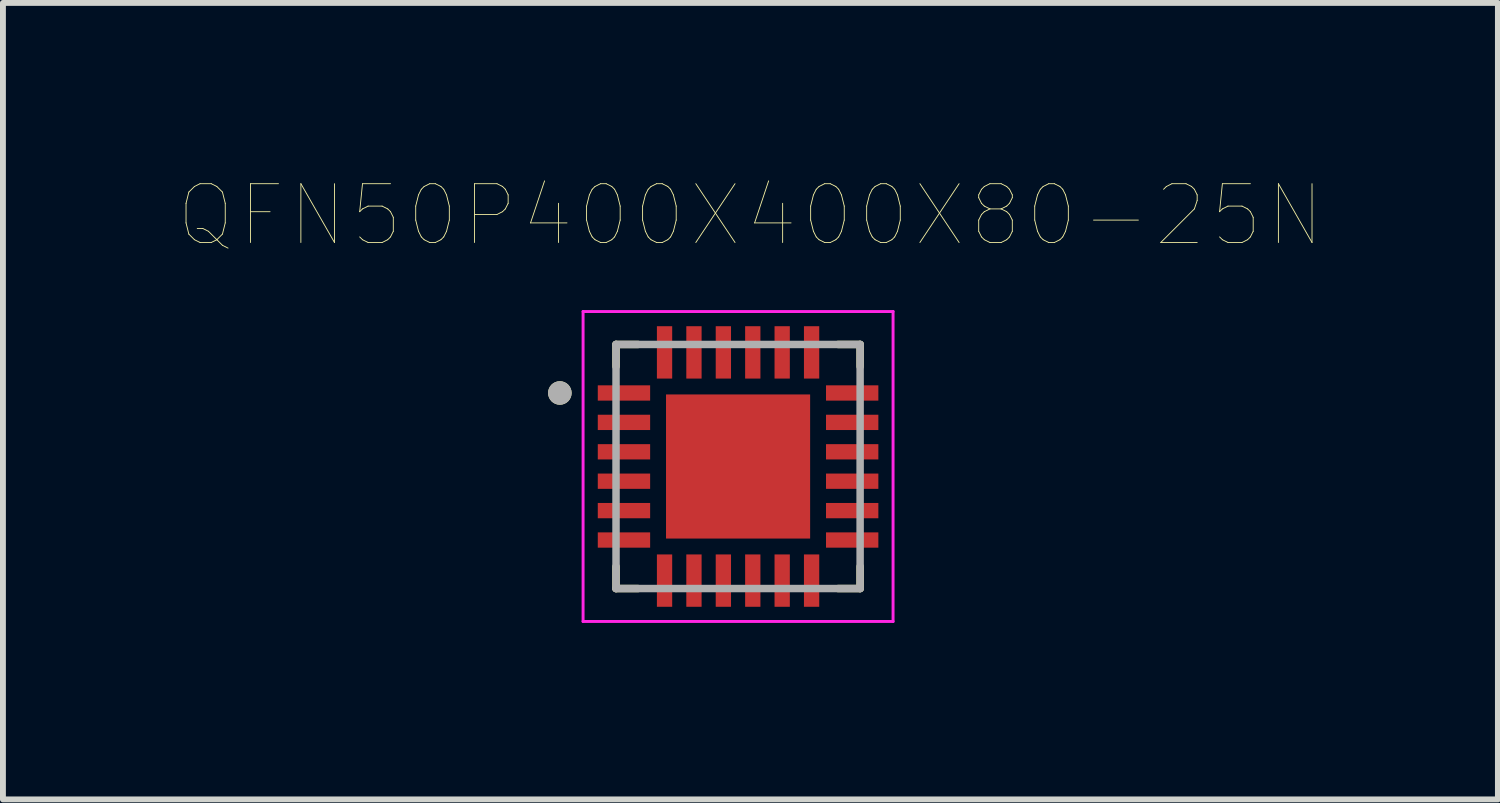
<source format=kicad_pcb>
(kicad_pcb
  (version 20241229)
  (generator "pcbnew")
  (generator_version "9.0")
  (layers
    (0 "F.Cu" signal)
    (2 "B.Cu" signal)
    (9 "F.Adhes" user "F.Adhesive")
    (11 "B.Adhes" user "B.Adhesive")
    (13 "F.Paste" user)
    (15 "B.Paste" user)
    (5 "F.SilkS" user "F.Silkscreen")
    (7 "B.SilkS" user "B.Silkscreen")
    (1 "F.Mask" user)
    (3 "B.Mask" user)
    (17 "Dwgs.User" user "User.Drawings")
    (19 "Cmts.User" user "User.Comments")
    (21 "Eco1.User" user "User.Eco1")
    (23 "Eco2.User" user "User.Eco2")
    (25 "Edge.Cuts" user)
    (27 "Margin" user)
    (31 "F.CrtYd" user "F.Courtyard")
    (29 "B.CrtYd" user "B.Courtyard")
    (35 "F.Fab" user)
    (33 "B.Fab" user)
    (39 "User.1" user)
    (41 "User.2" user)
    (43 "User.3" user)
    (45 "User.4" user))
  (footprint "QFN50P400X400X80-25N"
    (layer "F.Cu")
    (at 9.498 4.881)
    (property "Reference" "QFN50P400X400X80-25N" (at 0.21 -4.27 0) (layer "F.SilkS") (effects (font (size 1 1) (thickness 0.015))))
    (attr through_hole)
    (fp_line (start -2.075 -2.075) (end -2.075 -1.7) (stroke (width 0.127) (type solid)) (layer "F.SilkS"))
    (fp_line (start -2.075 -2.075) (end -1.7 -2.075) (stroke (width 0.127) (type solid)) (layer "F.SilkS"))
    (fp_line (start -2.075 2.075) (end -2.075 1.7) (stroke (width 0.127) (type solid)) (layer "F.SilkS"))
    (fp_line (start -2.075 2.075) (end -1.7 2.075) (stroke (width 0.127) (type solid)) (layer "F.SilkS"))
    (fp_line (start 2.075 -2.075) (end 1.7 -2.075) (stroke (width 0.127) (type solid)) (layer "F.SilkS"))
    (fp_line (start 2.075 -2.075) (end 2.075 -1.7) (stroke (width 0.127) (type solid)) (layer "F.SilkS"))
    (fp_line (start 2.075 2.075) (end 1.7 2.075) (stroke (width 0.127) (type solid)) (layer "F.SilkS"))
    (fp_line (start 2.075 2.075) (end 2.075 1.7) (stroke (width 0.127) (type solid)) (layer "F.SilkS"))
    (fp_circle (center -3.03 -1.25) (end -2.93 -1.25) (stroke (width 0.2) (type solid)) (fill no) (layer "F.SilkS"))
    (fp_poly (pts (xy -0.77 -0.77) (xy 0.77 -0.77) (xy 0.77 0.77) (xy -0.77 0.77)) (stroke (width 0.01) (type solid)) (fill yes) (layer "F.Paste"))
    (fp_line (start -2.635 -2.635) (end 2.635 -2.635) (stroke (width 0.05) (type solid)) (layer "F.CrtYd"))
    (fp_line (start -2.635 2.635) (end -2.635 -2.635) (stroke (width 0.05) (type solid)) (layer "F.CrtYd"))
    (fp_line (start -2.635 2.635) (end 2.635 2.635) (stroke (width 0.05) (type solid)) (layer "F.CrtYd"))
    (fp_line (start 2.635 2.635) (end 2.635 -2.635) (stroke (width 0.05) (type solid)) (layer "F.CrtYd"))
    (fp_line (start -2.075 2.075) (end -2.075 -2.075) (stroke (width 0.127) (type solid)) (layer "F.Fab"))
    (fp_line (start 2.075 -2.075) (end -2.075 -2.075) (stroke (width 0.127) (type solid)) (layer "F.Fab"))
    (fp_line (start 2.075 2.075) (end -2.075 2.075) (stroke (width 0.127) (type solid)) (layer "F.Fab"))
    (fp_line (start 2.075 2.075) (end 2.075 -2.075) (stroke (width 0.127) (type solid)) (layer "F.Fab"))
    (fp_circle (center -3.03 -1.25) (end -2.93 -1.25) (stroke (width 0.2) (type solid)) (fill no) (layer "F.Fab"))
    (pad "1" smd rect (at -1.94 -1.25) (size 0.89 0.26) (layers "F.Cu" "F.Mask" "F.Paste"))
    (pad "2" smd rect (at -1.94 -0.75) (size 0.89 0.26) (layers "F.Cu" "F.Mask" "F.Paste"))
    (pad "3" smd rect (at -1.94 -0.25) (size 0.89 0.26) (layers "F.Cu" "F.Mask" "F.Paste"))
    (pad "4" smd rect (at -1.94 0.25) (size 0.89 0.26) (layers "F.Cu" "F.Mask" "F.Paste"))
    (pad "5" smd rect (at -1.94 0.75) (size 0.89 0.26) (layers "F.Cu" "F.Mask" "F.Paste"))
    (pad "6" smd rect (at -1.94 1.25) (size 0.89 0.26) (layers "F.Cu" "F.Mask" "F.Paste"))
    (pad "7" smd rect (at -1.25 1.94) (size 0.26 0.89) (layers "F.Cu" "F.Mask" "F.Paste"))
    (pad "8" smd rect (at -0.75 1.94) (size 0.26 0.89) (layers "F.Cu" "F.Mask" "F.Paste"))
    (pad "9" smd rect (at -0.25 1.94) (size 0.26 0.89) (layers "F.Cu" "F.Mask" "F.Paste"))
    (pad "10" smd rect (at 0.25 1.94) (size 0.26 0.89) (layers "F.Cu" "F.Mask" "F.Paste"))
    (pad "11" smd rect (at 0.75 1.94) (size 0.26 0.89) (layers "F.Cu" "F.Mask" "F.Paste"))
    (pad "12" smd rect (at 1.25 1.94) (size 0.26 0.89) (layers "F.Cu" "F.Mask" "F.Paste"))
    (pad "13" smd rect (at 1.94 1.25) (size 0.89 0.26) (layers "F.Cu" "F.Mask" "F.Paste"))
    (pad "14" smd rect (at 1.94 0.75) (size 0.89 0.26) (layers "F.Cu" "F.Mask" "F.Paste"))
    (pad "15" smd rect (at 1.94 0.25) (size 0.89 0.26) (layers "F.Cu" "F.Mask" "F.Paste"))
    (pad "16" smd rect (at 1.94 -0.25) (size 0.89 0.26) (layers "F.Cu" "F.Mask" "F.Paste"))
    (pad "17" smd rect (at 1.94 -0.75) (size 0.89 0.26) (layers "F.Cu" "F.Mask" "F.Paste"))
    (pad "18" smd rect (at 1.94 -1.25) (size 0.89 0.26) (layers "F.Cu" "F.Mask" "F.Paste"))
    (pad "19" smd rect (at 1.25 -1.94) (size 0.26 0.89) (layers "F.Cu" "F.Mask" "F.Paste"))
    (pad "20" smd rect (at 0.75 -1.94) (size 0.26 0.89) (layers "F.Cu" "F.Mask" "F.Paste"))
    (pad "21" smd rect (at 0.25 -1.94) (size 0.26 0.89) (layers "F.Cu" "F.Mask" "F.Paste"))
    (pad "22" smd rect (at -0.25 -1.94) (size 0.26 0.89) (layers "F.Cu" "F.Mask" "F.Paste"))
    (pad "23" smd rect (at -0.75 -1.94) (size 0.26 0.89) (layers "F.Cu" "F.Mask" "F.Paste"))
    (pad "24" smd rect (at -1.25 -1.94) (size 0.26 0.89) (layers "F.Cu" "F.Mask" "F.Paste"))
    (pad "25" smd rect (at 0 0) (size 2.45 2.45) (layers "F.Cu" "F.Mask")))
  (gr_rect
    (start -3 -3)
    (end 22.416 10.541)
    (stroke (width 0.1) (type default))
    (fill no)
    (layer "Edge.Cuts")))
</source>
